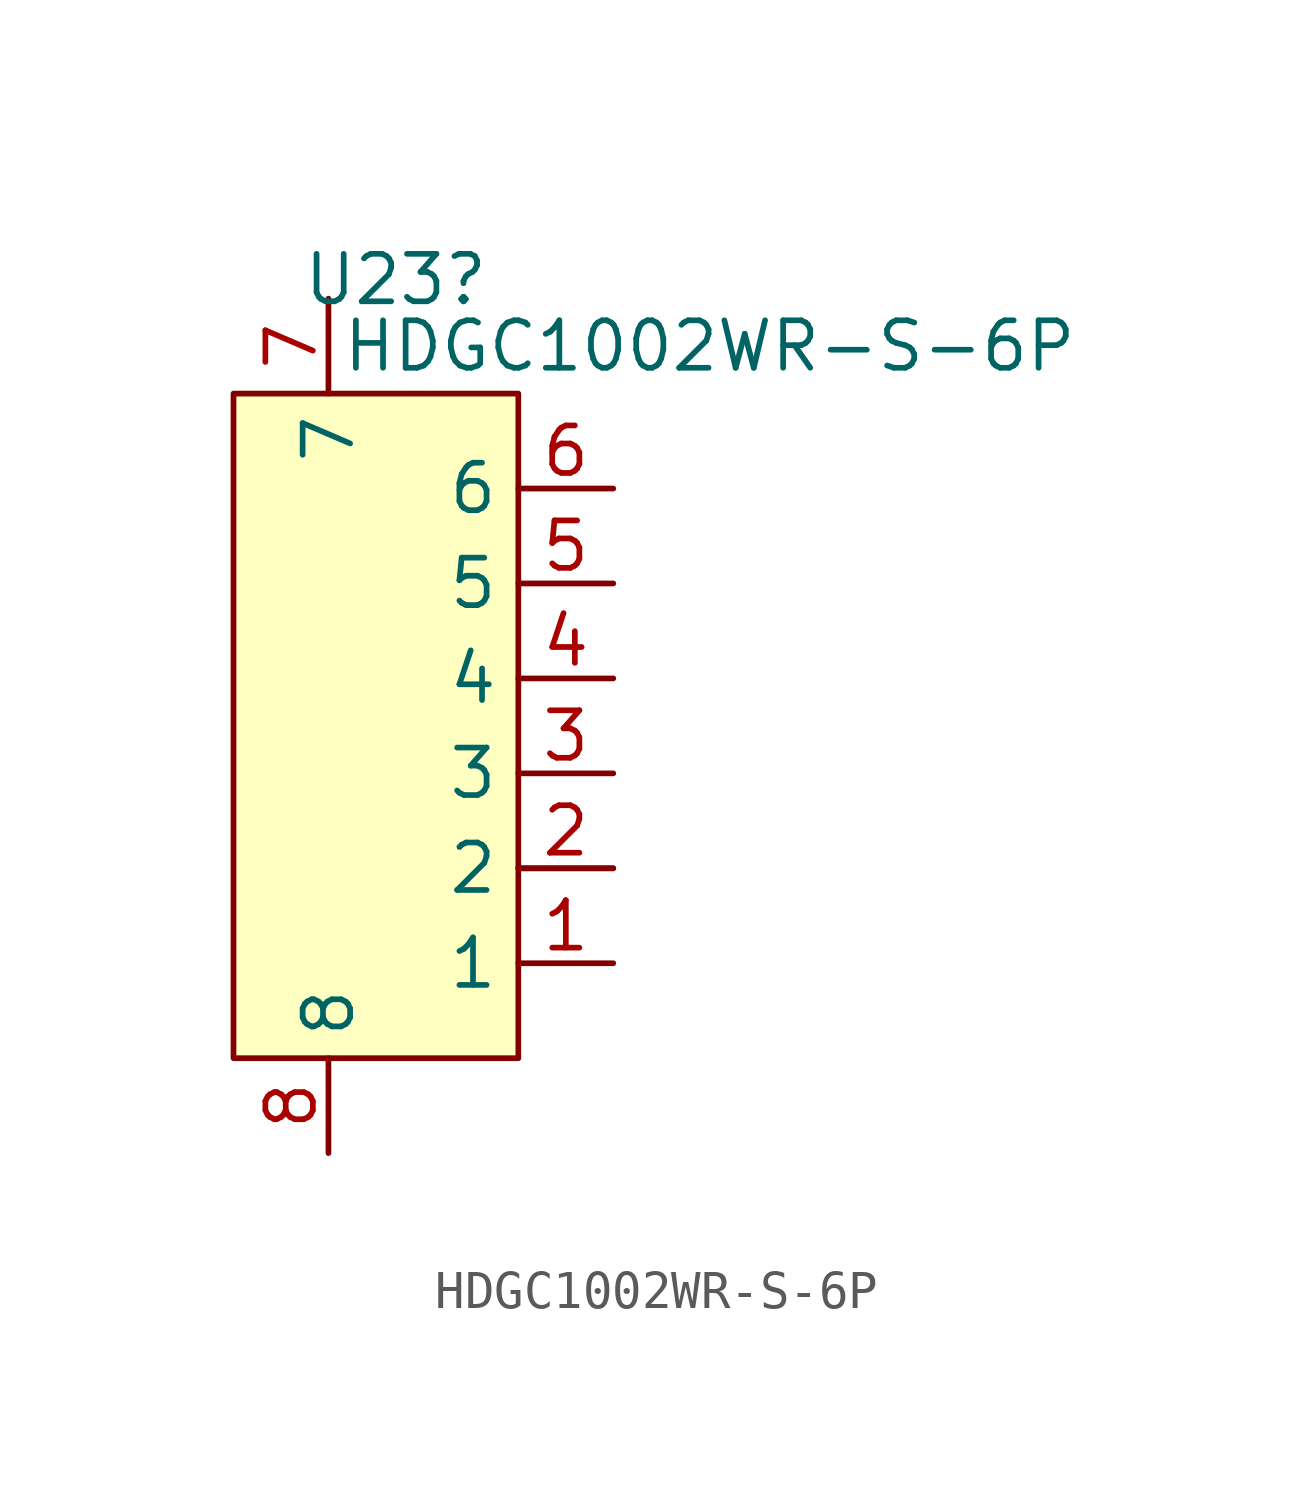
<source format=kicad_sym>
(kicad_symbol_lib
  (version 20241209)
  (generator "kicad_symbol_editor")
  (generator_version "9.0")
  (symbol "HDGC1002WR-S-6P"
    (property "Reference" "U23"
      (at 1.778 11.938 0)
      (effects (font (size 1.27 1.27)) (justify right)))
    (property "Value" "HDGC1002WR-S-6P"
      (at 17.526 10.16 0)
      (effects (font (size 1.27 1.27)) (justify right)))
    (symbol "HDGC1002WR-S-6P_0_1"
      (rectangle (start -5.08 8.89) (end 2.54 -8.89) (stroke (width 0) (type default)) (fill (type color) (color 255 255 194 1))))
    (symbol "HDGC1002WR-S-6P_1_0"
      (pin input line (at 5.08 -3.81 180) (length 2.54) (name "" (effects (font (size 1.27 1.27)))) (number "" (effects (font (size 1.27 1.27))))))
    (symbol "HDGC1002WR-S-6P_1_1"
      (pin input line (at -2.54 11.43 270) (length 2.54) (name "7" (effects (font (size 1.27 1.27)))) (number "7" (effects (font (size 1.27 1.27)))))
      (pin input line (at -2.54 -11.43 90) (length 2.54) (name "8" (effects (font (size 1.27 1.27)))) (number "8" (effects (font (size 1.27 1.27)))))
      (pin input line (at 5.08 6.35 180) (length 2.54) (name "6" (effects (font (size 1.27 1.27)))) (number "6" (effects (font (size 1.27 1.27)))))
      (pin input line (at 5.08 3.81 180) (length 2.54) (name "5" (effects (font (size 1.27 1.27)))) (number "5" (effects (font (size 1.27 1.27)))))
      (pin input line (at 5.08 1.27 180) (length 2.54) (name "4" (effects (font (size 1.27 1.27)))) (number "4" (effects (font (size 1.27 1.27)))))
      (pin input line (at 5.08 -1.27 180) (length 2.54) (name "3" (effects (font (size 1.27 1.27)))) (number "3" (effects (font (size 1.27 1.27)))))
      (pin input line (at 5.08 -3.81 180) (length 2.54) (name "2" (effects (font (size 1.27 1.27)))) (number "2" (effects (font (size 1.27 1.27)))))
      (pin input line (at 5.08 -6.35 180) (length 2.54) (name "1" (effects (font (size 1.27 1.27)))) (number "1" (effects (font (size 1.27 1.27))))))))
</source>
